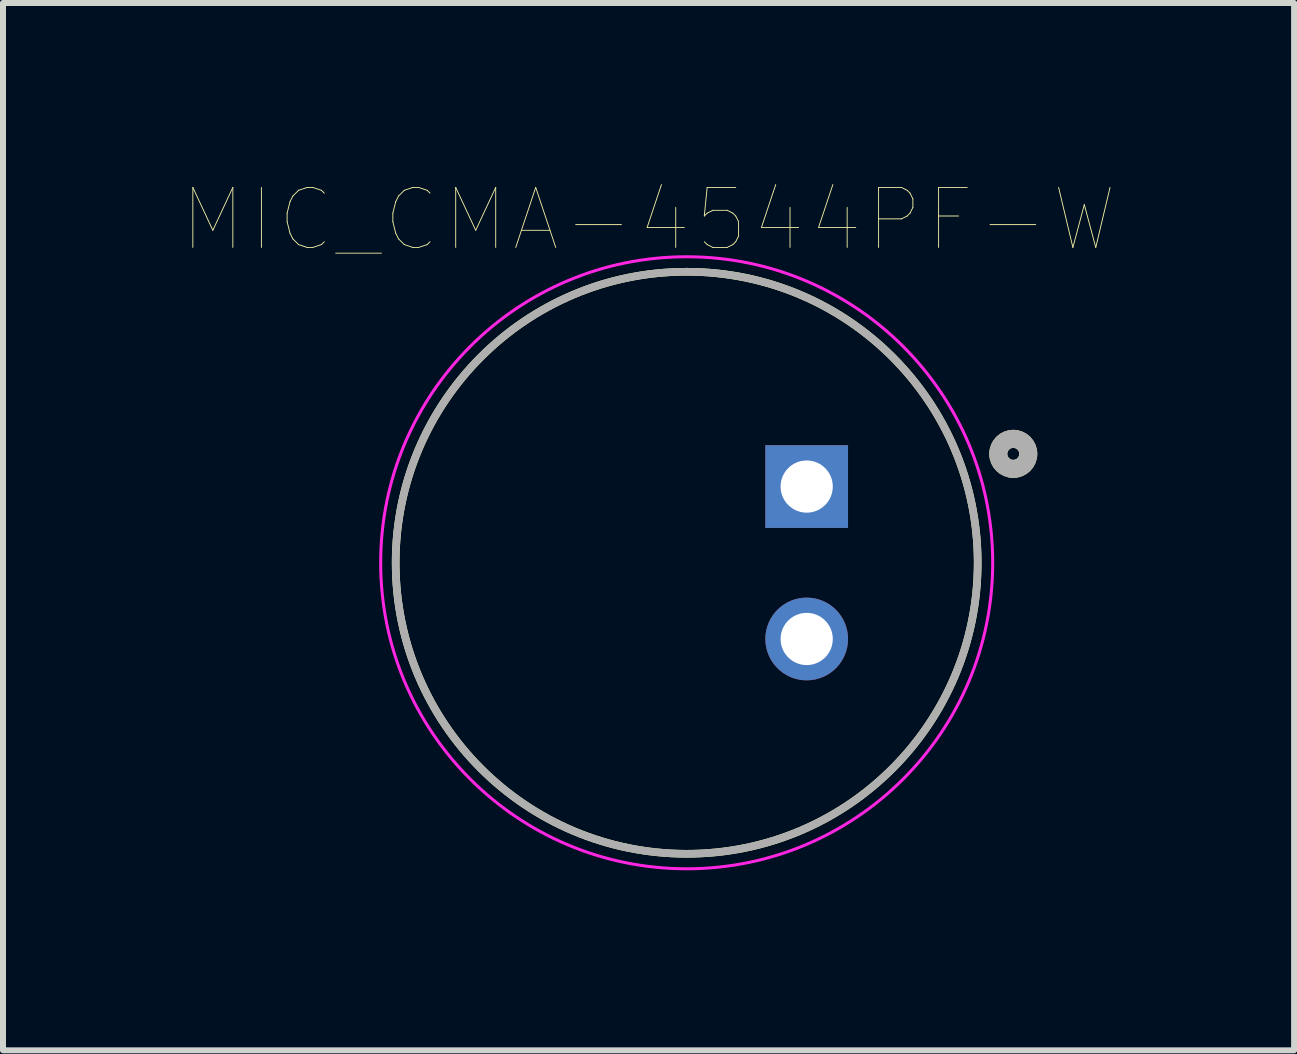
<source format=kicad_pcb>
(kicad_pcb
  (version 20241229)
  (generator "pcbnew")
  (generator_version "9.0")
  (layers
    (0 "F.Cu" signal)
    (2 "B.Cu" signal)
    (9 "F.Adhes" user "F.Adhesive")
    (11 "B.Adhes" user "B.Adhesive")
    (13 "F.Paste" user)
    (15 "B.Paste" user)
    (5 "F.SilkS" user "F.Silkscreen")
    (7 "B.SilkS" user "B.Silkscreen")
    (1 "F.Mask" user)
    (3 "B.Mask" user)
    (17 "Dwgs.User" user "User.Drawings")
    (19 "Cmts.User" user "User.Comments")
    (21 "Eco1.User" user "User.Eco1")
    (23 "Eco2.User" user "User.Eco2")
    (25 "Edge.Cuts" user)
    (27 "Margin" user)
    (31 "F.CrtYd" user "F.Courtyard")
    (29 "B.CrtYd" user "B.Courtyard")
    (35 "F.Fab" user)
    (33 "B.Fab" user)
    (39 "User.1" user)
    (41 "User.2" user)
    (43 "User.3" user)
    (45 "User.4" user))
  (footprint "MIC_CMA-4544PF-W"
    (layer "F.Cu")
    (at 8.394 6.329)
    (property "Reference" "MIC_CMA-4544PF-W" (at -0.635 -5.717 0) (layer "F.SilkS") (effects (font (size 1 1) (thickness 0.015))))
    (attr through_hole)
    (fp_circle (center 0 0) (end 4.85 0) (stroke (width 0.127) (type solid)) (fill no) (layer "F.SilkS"))
    (fp_circle (center 5.443 -1.815) (end 5.543 -1.815) (stroke (width 0.3) (type solid)) (fill no) (layer "F.SilkS"))
    (fp_circle (center 0 0) (end 5.1 0) (stroke (width 0.05) (type solid)) (fill no) (layer "F.CrtYd"))
    (fp_circle (center 0 0) (end 4.85 0) (stroke (width 0.127) (type solid)) (fill no) (layer "F.Fab"))
    (fp_circle (center 5.443 -1.815) (end 5.543 -1.815) (stroke (width 0.3) (type solid)) (fill no) (layer "F.Fab"))
    (pad "1" thru_hole rect (at 2 -1.27) (size 1.378 1.378) (drill 0.87) (layers "*.Cu" "*.Mask"))
    (pad "2" thru_hole circle (at 2 1.27) (size 1.378 1.378) (drill 0.87) (layers "*.Cu" "*.Mask")))
  (gr_rect
    (start -3 -3)
    (end 18.517 14.454)
    (stroke (width 0.1) (type default))
    (fill no)
    (layer "Edge.Cuts")))
</source>
